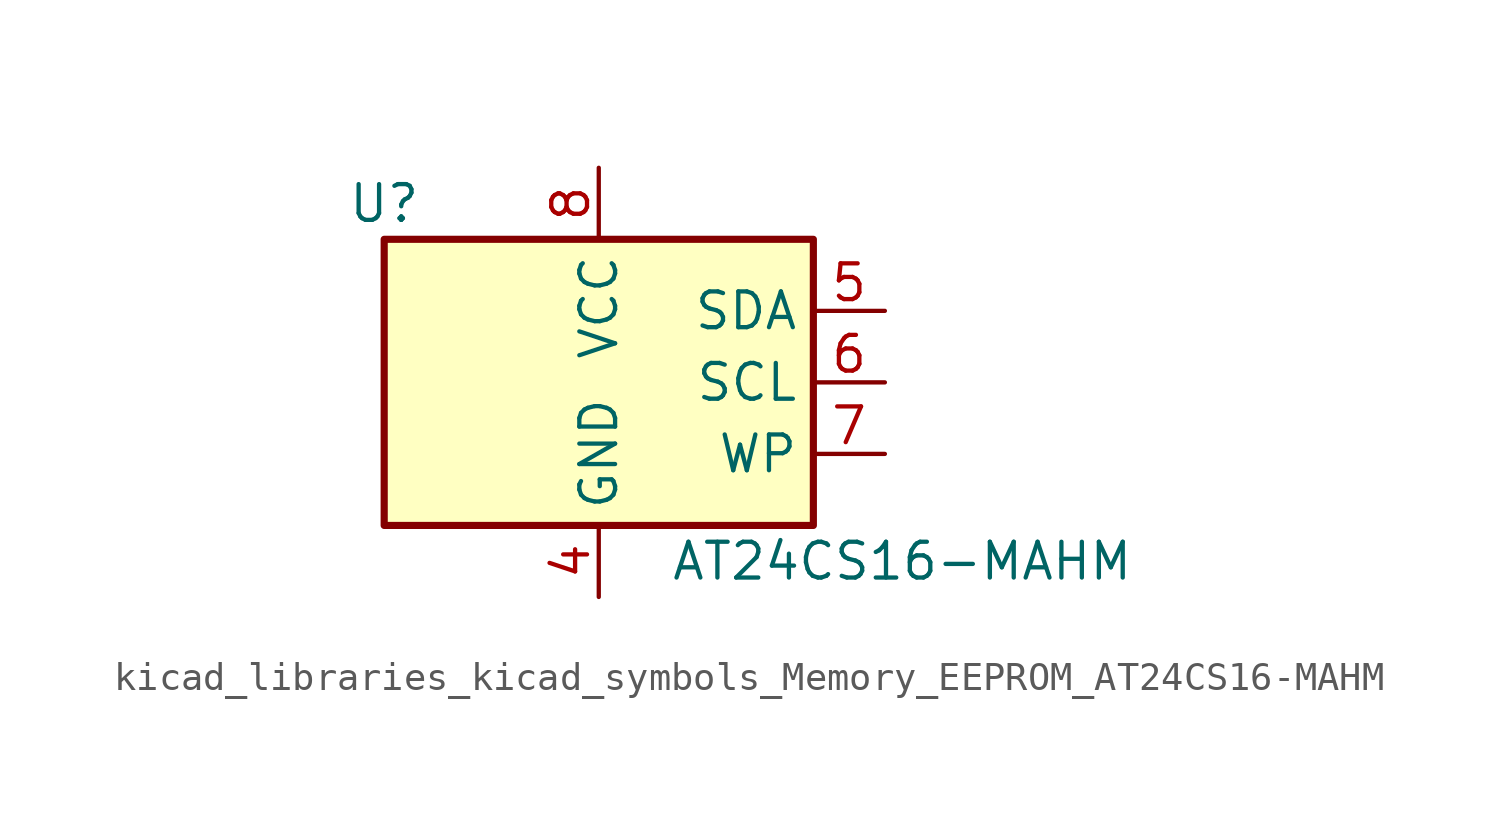
<source format=kicad_sym>
(kicad_symbol_lib
  (version 20220914)
  (generator kicad_symbol_editor)
  (symbol "kicad_libraries_kicad_symbols_Memory_EEPROM_AT24CS16-MAHM"
    (property "Reference" "U"
      (at -7.62 6.35 0)
      (effects (font (size 1.27 1.27))))
    (property "Value" "AT24CS16-MAHM"
      (at 2.54 -6.35 0)
      (effects (font (size 1.27 1.27)) (justify left)))
    (symbol "kicad_libraries_kicad_symbols_Memory_EEPROM_AT24CS16-MAHM_1_1"
      (rectangle (start -7.62 5.08) (end 7.62 -5.08) (stroke (width 0.254) (type default)) (fill (type background)))
      (pin no_connect line (at -7.62 2.54 0) (length 2.54) hide (name "NC" (effects (font (size 1.27 1.27)))) (number "1" (effects (font (size 1.27 1.27)))))
      (pin no_connect line (at -7.62 0 0) (length 2.54) hide (name "NC" (effects (font (size 1.27 1.27)))) (number "2" (effects (font (size 1.27 1.27)))))
      (pin no_connect line (at -7.62 -2.54 0) (length 2.54) hide (name "NC" (effects (font (size 1.27 1.27)))) (number "3" (effects (font (size 1.27 1.27)))))
      (pin power_in line (at 0 -7.62 90) (length 2.54) (name "GND" (effects (font (size 1.27 1.27)))) (number "4" (effects (font (size 1.27 1.27)))))
      (pin bidirectional line (at 10.16 2.54 180) (length 2.54) (name "SDA" (effects (font (size 1.27 1.27)))) (number "5" (effects (font (size 1.27 1.27)))))
      (pin input line (at 10.16 0 180) (length 2.54) (name "SCL" (effects (font (size 1.27 1.27)))) (number "6" (effects (font (size 1.27 1.27)))))
      (pin input line (at 10.16 -2.54 180) (length 2.54) (name "WP" (effects (font (size 1.27 1.27)))) (number "7" (effects (font (size 1.27 1.27)))))
      (pin power_in line (at 0 7.62 270) (length 2.54) (name "VCC" (effects (font (size 1.27 1.27)))) (number "8" (effects (font (size 1.27 1.27)))))
      (pin no_connect line (at -2.54 -5.08 90) (length 2.54) hide (name "NC" (effects (font (size 1.27 1.27)))) (number "9" (effects (font (size 1.27 1.27))))))))
</source>
